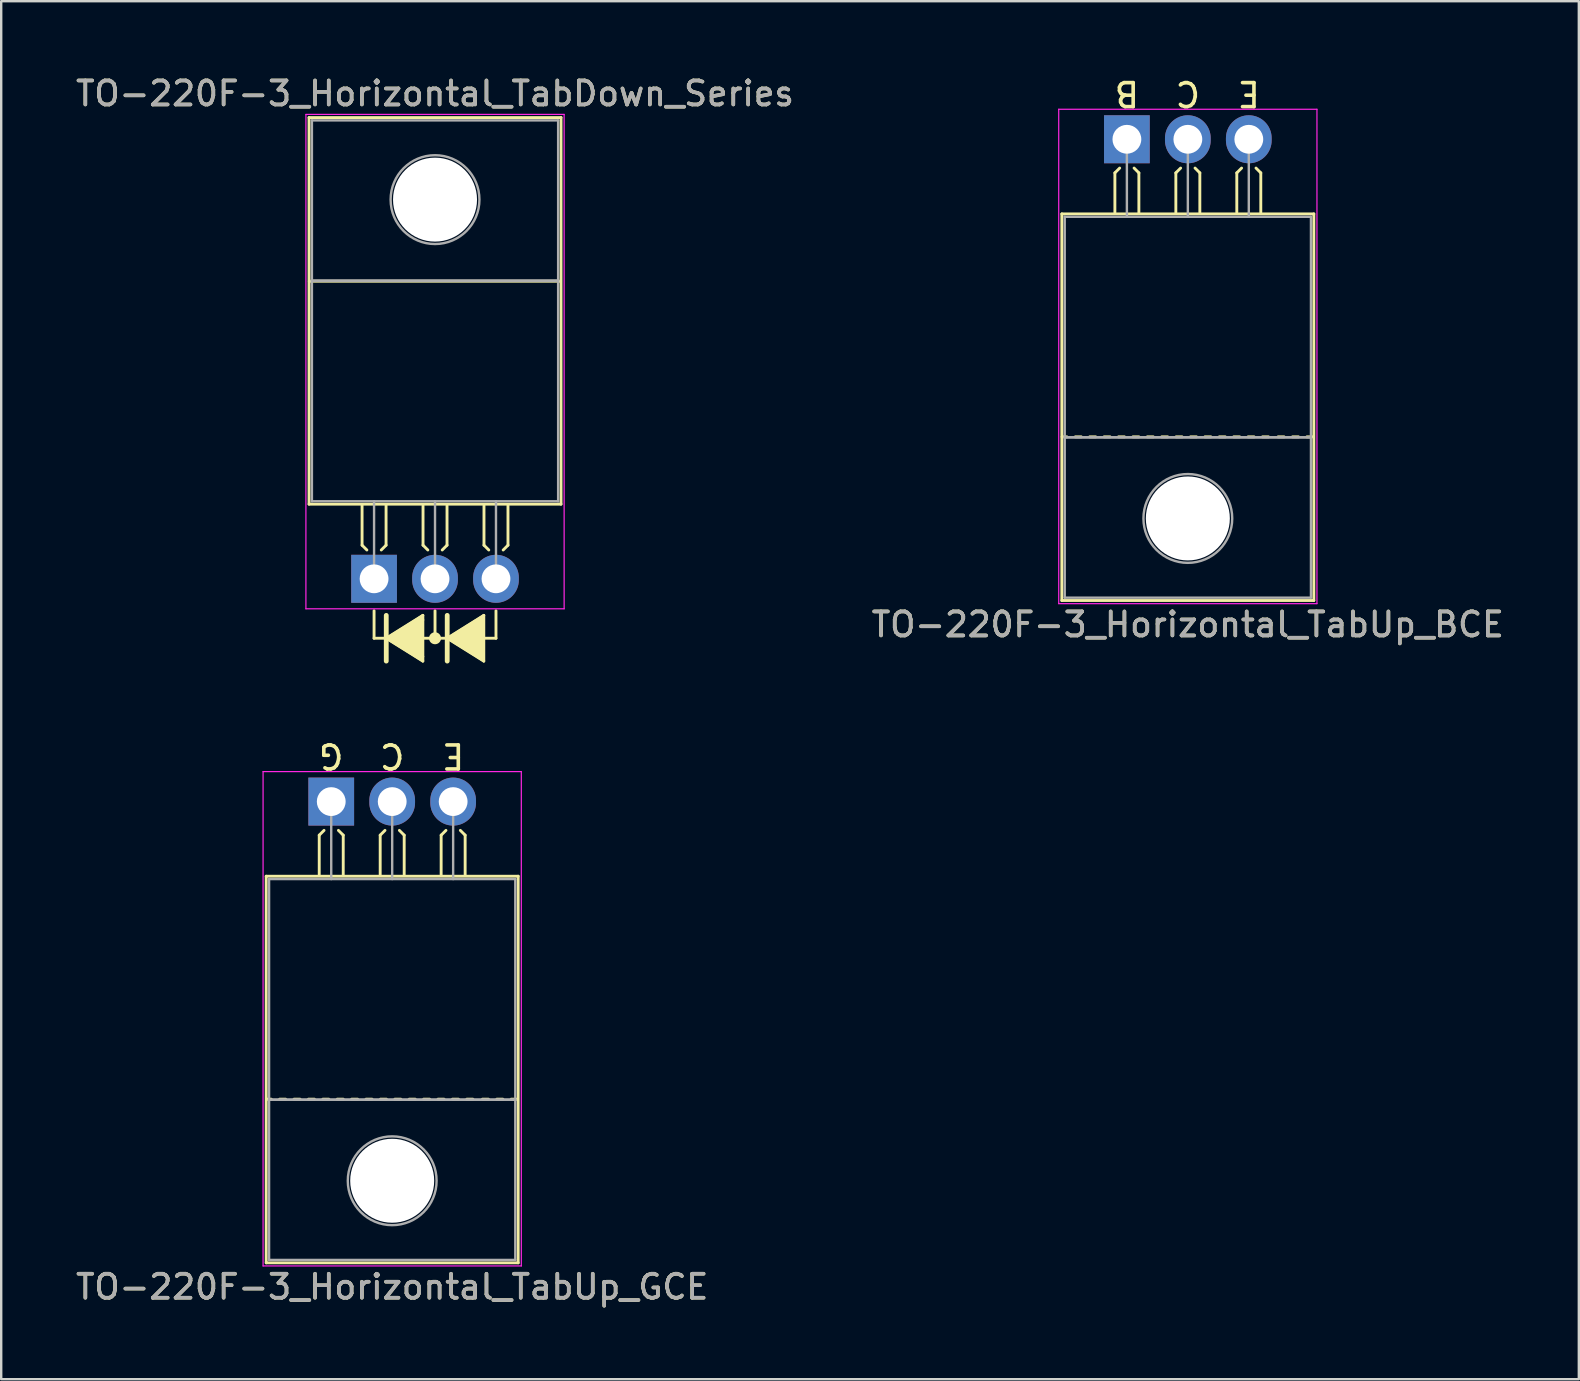
<source format=kicad_pcb>
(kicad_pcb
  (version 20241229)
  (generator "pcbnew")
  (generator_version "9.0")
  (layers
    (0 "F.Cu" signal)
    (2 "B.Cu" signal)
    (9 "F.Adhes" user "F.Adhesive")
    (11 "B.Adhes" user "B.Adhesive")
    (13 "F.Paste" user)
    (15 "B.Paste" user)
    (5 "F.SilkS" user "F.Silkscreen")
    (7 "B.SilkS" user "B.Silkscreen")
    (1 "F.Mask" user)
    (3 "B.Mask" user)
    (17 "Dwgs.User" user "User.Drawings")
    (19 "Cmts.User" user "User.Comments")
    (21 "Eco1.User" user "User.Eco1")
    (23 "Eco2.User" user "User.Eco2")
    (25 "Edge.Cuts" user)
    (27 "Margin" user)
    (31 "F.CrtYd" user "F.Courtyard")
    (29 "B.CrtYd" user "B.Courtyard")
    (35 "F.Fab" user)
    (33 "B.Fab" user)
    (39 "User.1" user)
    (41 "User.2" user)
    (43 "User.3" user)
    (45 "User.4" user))
  (footprint "TO-220F-3_Horizontal_TabUp_GCE"
    (layer "F.Cu")
    (at 10.752 30.351)
    (property "Reference" "TO-220F-3_Horizontal_TabUp_GCE" (at 2.54 20.22 0) (layer "F.SilkS") (effects (font (size 1 1) (thickness 0.15))))
    (fp_line (start -2.71 19.22) (end -2.71 3.11) (stroke (width 0.12) (type solid)) (layer "F.SilkS"))
    (fp_line (start -2.5 12.4) (end -2.7 12.4) (stroke (width 0.12) (type solid)) (layer "F.SilkS"))
    (fp_line (start -1.9 12.4) (end -2.15 12.4) (stroke (width 0.12) (type solid)) (layer "F.SilkS"))
    (fp_line (start -1.3 12.4) (end -1.55 12.4) (stroke (width 0.12) (type solid)) (layer "F.SilkS"))
    (fp_line (start -0.7 12.4) (end -0.95 12.4) (stroke (width 0.12) (type solid)) (layer "F.SilkS"))
    (fp_line (start -0.5 1.4) (end -0.3 1.2) (stroke (width 0.12) (type solid)) (layer "F.SilkS"))
    (fp_line (start -0.5 3.048) (end -0.5 1.4) (stroke (width 0.12) (type solid)) (layer "F.SilkS"))
    (fp_line (start -0.1 12.4) (end -0.35 12.4) (stroke (width 0.12) (type solid)) (layer "F.SilkS"))
    (fp_line (start 0.5 1.4) (end 0.3 1.2) (stroke (width 0.12) (type solid)) (layer "F.SilkS"))
    (fp_line (start 0.5 3.048) (end 0.5 1.4) (stroke (width 0.12) (type solid)) (layer "F.SilkS"))
    (fp_line (start 0.5 12.4) (end 0.25 12.4) (stroke (width 0.12) (type solid)) (layer "F.SilkS"))
    (fp_line (start 1.1 12.4) (end 0.85 12.4) (stroke (width 0.12) (type solid)) (layer "F.SilkS"))
    (fp_line (start 1.7 12.4) (end 1.45 12.4) (stroke (width 0.12) (type solid)) (layer "F.SilkS"))
    (fp_line (start 2.04 1.4) (end 2.24 1.2) (stroke (width 0.12) (type solid)) (layer "F.SilkS"))
    (fp_line (start 2.04 3.048) (end 2.04 1.4) (stroke (width 0.12) (type solid)) (layer "F.SilkS"))
    (fp_line (start 2.3 12.4) (end 2.05 12.4) (stroke (width 0.12) (type solid)) (layer "F.SilkS"))
    (fp_line (start 2.9 12.4) (end 2.65 12.4) (stroke (width 0.12) (type solid)) (layer "F.SilkS"))
    (fp_line (start 3.04 1.4) (end 2.84 1.2) (stroke (width 0.12) (type solid)) (layer "F.SilkS"))
    (fp_line (start 3.04 3.048) (end 3.04 1.4) (stroke (width 0.12) (type solid)) (layer "F.SilkS"))
    (fp_line (start 3.5 12.4) (end 3.25 12.4) (stroke (width 0.12) (type solid)) (layer "F.SilkS"))
    (fp_line (start 4.1 12.4) (end 3.85 12.4) (stroke (width 0.12) (type solid)) (layer "F.SilkS"))
    (fp_line (start 4.58 1.4) (end 4.78 1.2) (stroke (width 0.12) (type solid)) (layer "F.SilkS"))
    (fp_line (start 4.58 3.048) (end 4.58 1.4) (stroke (width 0.12) (type solid)) (layer "F.SilkS"))
    (fp_line (start 4.7 12.4) (end 4.45 12.4) (stroke (width 0.12) (type solid)) (layer "F.SilkS"))
    (fp_line (start 5.3 12.4) (end 5.05 12.4) (stroke (width 0.12) (type solid)) (layer "F.SilkS"))
    (fp_line (start 5.58 1.4) (end 5.38 1.2) (stroke (width 0.12) (type solid)) (layer "F.SilkS"))
    (fp_line (start 5.58 3.048) (end 5.58 1.4) (stroke (width 0.12) (type solid)) (layer "F.SilkS"))
    (fp_line (start 5.9 12.4) (end 5.65 12.4) (stroke (width 0.12) (type solid)) (layer "F.SilkS"))
    (fp_line (start 6.55 12.4) (end 6.3 12.4) (stroke (width 0.12) (type solid)) (layer "F.SilkS"))
    (fp_line (start 7.15 12.4) (end 6.9 12.4) (stroke (width 0.12) (type solid)) (layer "F.SilkS"))
    (fp_line (start 7.75 12.4) (end 7.5 12.4) (stroke (width 0.12) (type solid)) (layer "F.SilkS"))
    (fp_line (start 7.79 3.11) (end -2.71 3.11) (stroke (width 0.12) (type solid)) (layer "F.SilkS"))
    (fp_line (start 7.79 19.22) (end -2.71 19.22) (stroke (width 0.12) (type solid)) (layer "F.SilkS"))
    (fp_line (start 7.79 19.22) (end 7.79 3.11) (stroke (width 0.12) (type solid)) (layer "F.SilkS"))
    (fp_line (start -2.84 -1.25) (end -2.84 19.35) (stroke (width 0.05) (type solid)) (layer "F.CrtYd"))
    (fp_line (start -2.84 19.35) (end 7.92 19.35) (stroke (width 0.05) (type solid)) (layer "F.CrtYd"))
    (fp_line (start 7.92 -1.25) (end -2.84 -1.25) (stroke (width 0.05) (type solid)) (layer "F.CrtYd"))
    (fp_line (start 7.92 19.35) (end 7.92 -1.25) (stroke (width 0.05) (type solid)) (layer "F.CrtYd"))
    (fp_line (start -2.59 3.23) (end -2.59 12.42) (stroke (width 0.1) (type solid)) (layer "F.Fab"))
    (fp_line (start -2.59 12.42) (end -2.59 19.1) (stroke (width 0.1) (type solid)) (layer "F.Fab"))
    (fp_line (start -2.59 12.42) (end 7.67 12.42) (stroke (width 0.1) (type solid)) (layer "F.Fab"))
    (fp_line (start -2.59 19.1) (end 7.67 19.1) (stroke (width 0.1) (type solid)) (layer "F.Fab"))
    (fp_line (start 0 3.23) (end 0 0) (stroke (width 0.1) (type solid)) (layer "F.Fab"))
    (fp_line (start 2.54 3.23) (end 2.54 0) (stroke (width 0.1) (type solid)) (layer "F.Fab"))
    (fp_line (start 5.08 3.23) (end 5.08 0) (stroke (width 0.1) (type solid)) (layer "F.Fab"))
    (fp_line (start 7.67 3.23) (end -2.59 3.23) (stroke (width 0.1) (type solid)) (layer "F.Fab"))
    (fp_line (start 7.67 12.42) (end -2.59 12.42) (stroke (width 0.1) (type solid)) (layer "F.Fab"))
    (fp_line (start 7.67 12.42) (end 7.67 3.23) (stroke (width 0.1) (type solid)) (layer "F.Fab"))
    (fp_line (start 7.67 19.1) (end 7.67 12.42) (stroke (width 0.1) (type solid)) (layer "F.Fab"))
    (fp_circle (center 2.54 15.8) (end 4.39 15.8) (stroke (width 0.1) (type solid)) (fill no) (layer "F.Fab"))
    (fp_text user "G" (at 0 -1.905 180) (unlocked yes) (layer "F.SilkS") (effects (font (size 1 1) (thickness 0.15))))
    (fp_text user "C" (at 2.54 -1.905 180) (unlocked yes) (layer "F.SilkS") (effects (font (size 1 1) (thickness 0.15))))
    (fp_text user "E" (at 5.08 -1.905 180) (unlocked yes) (layer "F.SilkS") (effects (font (size 1 1) (thickness 0.15))))
    (fp_text user "${REFERENCE}" (at 2.54 20.22 0) (layer "F.Fab") (effects (font (size 1 1) (thickness 0.15))))
    (pad "" np_thru_hole oval (at 2.54 15.8) (size 3.5 3.5) (drill 3.5) (layers "*.Cu" "*.Mask"))
    (pad "1" thru_hole rect (at 0 0) (size 1.905 2) (drill 1.2) (layers "*.Cu" "*.Mask"))
    (pad "2" thru_hole oval (at 2.54 0) (size 1.905 2) (drill 1.2) (layers "*.Cu" "*.Mask"))
    (pad "3" thru_hole oval (at 5.08 0) (size 1.905 2) (drill 1.2) (layers "*.Cu" "*.Mask")))
  (footprint "TO-220F-3_Horizontal_TabUp_BCE"
    (layer "F.Cu")
    (at 43.906 2.753)
    (property "Reference" "TO-220F-3_Horizontal_TabUp_BCE" (at 2.54 20.22 0) (layer "F.SilkS") (effects (font (size 1 1) (thickness 0.15))))
    (fp_line (start -2.71 19.22) (end -2.71 3.11) (stroke (width 0.12) (type solid)) (layer "F.SilkS"))
    (fp_line (start -2.5 12.4) (end -2.7 12.4) (stroke (width 0.12) (type solid)) (layer "F.SilkS"))
    (fp_line (start -1.9 12.4) (end -2.15 12.4) (stroke (width 0.12) (type solid)) (layer "F.SilkS"))
    (fp_line (start -1.3 12.4) (end -1.55 12.4) (stroke (width 0.12) (type solid)) (layer "F.SilkS"))
    (fp_line (start -0.7 12.4) (end -0.95 12.4) (stroke (width 0.12) (type solid)) (layer "F.SilkS"))
    (fp_line (start -0.5 1.4) (end -0.3 1.2) (stroke (width 0.12) (type solid)) (layer "F.SilkS"))
    (fp_line (start -0.5 3.048) (end -0.5 1.4) (stroke (width 0.12) (type solid)) (layer "F.SilkS"))
    (fp_line (start -0.1 12.4) (end -0.35 12.4) (stroke (width 0.12) (type solid)) (layer "F.SilkS"))
    (fp_line (start 0.5 1.4) (end 0.3 1.2) (stroke (width 0.12) (type solid)) (layer "F.SilkS"))
    (fp_line (start 0.5 3.048) (end 0.5 1.4) (stroke (width 0.12) (type solid)) (layer "F.SilkS"))
    (fp_line (start 0.5 12.4) (end 0.25 12.4) (stroke (width 0.12) (type solid)) (layer "F.SilkS"))
    (fp_line (start 1.1 12.4) (end 0.85 12.4) (stroke (width 0.12) (type solid)) (layer "F.SilkS"))
    (fp_line (start 1.7 12.4) (end 1.45 12.4) (stroke (width 0.12) (type solid)) (layer "F.SilkS"))
    (fp_line (start 2.04 1.4) (end 2.24 1.2) (stroke (width 0.12) (type solid)) (layer "F.SilkS"))
    (fp_line (start 2.04 3.048) (end 2.04 1.4) (stroke (width 0.12) (type solid)) (layer "F.SilkS"))
    (fp_line (start 2.3 12.4) (end 2.05 12.4) (stroke (width 0.12) (type solid)) (layer "F.SilkS"))
    (fp_line (start 2.9 12.4) (end 2.65 12.4) (stroke (width 0.12) (type solid)) (layer "F.SilkS"))
    (fp_line (start 3.04 1.4) (end 2.84 1.2) (stroke (width 0.12) (type solid)) (layer "F.SilkS"))
    (fp_line (start 3.04 3.048) (end 3.04 1.4) (stroke (width 0.12) (type solid)) (layer "F.SilkS"))
    (fp_line (start 3.5 12.4) (end 3.25 12.4) (stroke (width 0.12) (type solid)) (layer "F.SilkS"))
    (fp_line (start 4.1 12.4) (end 3.85 12.4) (stroke (width 0.12) (type solid)) (layer "F.SilkS"))
    (fp_line (start 4.58 1.4) (end 4.78 1.2) (stroke (width 0.12) (type solid)) (layer "F.SilkS"))
    (fp_line (start 4.58 3.048) (end 4.58 1.4) (stroke (width 0.12) (type solid)) (layer "F.SilkS"))
    (fp_line (start 4.7 12.4) (end 4.45 12.4) (stroke (width 0.12) (type solid)) (layer "F.SilkS"))
    (fp_line (start 5.3 12.4) (end 5.05 12.4) (stroke (width 0.12) (type solid)) (layer "F.SilkS"))
    (fp_line (start 5.58 1.4) (end 5.38 1.2) (stroke (width 0.12) (type solid)) (layer "F.SilkS"))
    (fp_line (start 5.58 3.048) (end 5.58 1.4) (stroke (width 0.12) (type solid)) (layer "F.SilkS"))
    (fp_line (start 5.9 12.4) (end 5.65 12.4) (stroke (width 0.12) (type solid)) (layer "F.SilkS"))
    (fp_line (start 6.55 12.4) (end 6.3 12.4) (stroke (width 0.12) (type solid)) (layer "F.SilkS"))
    (fp_line (start 7.15 12.4) (end 6.9 12.4) (stroke (width 0.12) (type solid)) (layer "F.SilkS"))
    (fp_line (start 7.75 12.4) (end 7.5 12.4) (stroke (width 0.12) (type solid)) (layer "F.SilkS"))
    (fp_line (start 7.79 3.11) (end -2.71 3.11) (stroke (width 0.12) (type solid)) (layer "F.SilkS"))
    (fp_line (start 7.79 19.22) (end -2.71 19.22) (stroke (width 0.12) (type solid)) (layer "F.SilkS"))
    (fp_line (start 7.79 19.22) (end 7.79 3.11) (stroke (width 0.12) (type solid)) (layer "F.SilkS"))
    (fp_line (start -2.84 -1.25) (end -2.84 19.35) (stroke (width 0.05) (type solid)) (layer "F.CrtYd"))
    (fp_line (start -2.84 19.35) (end 7.92 19.35) (stroke (width 0.05) (type solid)) (layer "F.CrtYd"))
    (fp_line (start 7.92 -1.25) (end -2.84 -1.25) (stroke (width 0.05) (type solid)) (layer "F.CrtYd"))
    (fp_line (start 7.92 19.35) (end 7.92 -1.25) (stroke (width 0.05) (type solid)) (layer "F.CrtYd"))
    (fp_line (start -2.59 3.23) (end -2.59 12.42) (stroke (width 0.1) (type solid)) (layer "F.Fab"))
    (fp_line (start -2.59 12.42) (end -2.59 19.1) (stroke (width 0.1) (type solid)) (layer "F.Fab"))
    (fp_line (start -2.59 12.42) (end 7.67 12.42) (stroke (width 0.1) (type solid)) (layer "F.Fab"))
    (fp_line (start -2.59 19.1) (end 7.67 19.1) (stroke (width 0.1) (type solid)) (layer "F.Fab"))
    (fp_line (start 0 3.23) (end 0 0) (stroke (width 0.1) (type solid)) (layer "F.Fab"))
    (fp_line (start 2.54 3.23) (end 2.54 0) (stroke (width 0.1) (type solid)) (layer "F.Fab"))
    (fp_line (start 5.08 3.23) (end 5.08 0) (stroke (width 0.1) (type solid)) (layer "F.Fab"))
    (fp_line (start 7.67 3.23) (end -2.59 3.23) (stroke (width 0.1) (type solid)) (layer "F.Fab"))
    (fp_line (start 7.67 12.42) (end -2.59 12.42) (stroke (width 0.1) (type solid)) (layer "F.Fab"))
    (fp_line (start 7.67 12.42) (end 7.67 3.23) (stroke (width 0.1) (type solid)) (layer "F.Fab"))
    (fp_line (start 7.67 19.1) (end 7.67 12.42) (stroke (width 0.1) (type solid)) (layer "F.Fab"))
    (fp_circle (center 2.54 15.8) (end 4.39 15.8) (stroke (width 0.1) (type solid)) (fill no) (layer "F.Fab"))
    (fp_text user "B" (at 0 -1.905 180) (unlocked yes) (layer "F.SilkS") (effects (font (size 1 1) (thickness 0.15))))
    (fp_text user "E" (at 5.08 -1.905 180) (unlocked yes) (layer "F.SilkS") (effects (font (size 1 1) (thickness 0.15))))
    (fp_text user "C" (at 2.54 -1.905 180) (unlocked yes) (layer "F.SilkS") (effects (font (size 1 1) (thickness 0.15))))
    (fp_text user "${REFERENCE}" (at 2.54 20.22 0) (layer "F.Fab") (effects (font (size 1 1) (thickness 0.15))))
    (pad "" np_thru_hole oval (at 2.54 15.8) (size 3.5 3.5) (drill 3.5) (layers "*.Cu" "*.Mask"))
    (pad "1" thru_hole rect (at 0 0) (size 1.905 2) (drill 1.2) (layers "*.Cu" "*.Mask"))
    (pad "2" thru_hole oval (at 2.54 0) (size 1.905 2) (drill 1.2) (layers "*.Cu" "*.Mask"))
    (pad "3" thru_hole oval (at 5.08 0) (size 1.905 2) (drill 1.2) (layers "*.Cu" "*.Mask")))
  (footprint "TO-220F-3_Horizontal_TabDown_Series"
    (layer "F.Cu")
    (at 12.537 21.068)
    (property "Reference" "TO-220F-3_Horizontal_TabDown_Series" (at 2.54 -20.22 0) (layer "F.SilkS") (effects (font (size 1 1) (thickness 0.15))))
    (attr through_hole)
    (fp_line (start -2.71 -19.22) (end -2.71 -3.11) (stroke (width 0.12) (type solid)) (layer "F.SilkS"))
    (fp_line (start -2.71 -19.22) (end 7.79 -19.22) (stroke (width 0.12) (type solid)) (layer "F.SilkS"))
    (fp_line (start -2.71 -3.11) (end 7.79 -3.11) (stroke (width 0.12) (type solid)) (layer "F.SilkS"))
    (fp_line (start -2.7 -12.4) (end 7.75 -12.4) (stroke (width 0.12) (type solid)) (layer "F.SilkS"))
    (fp_line (start -0.5 -3.048) (end -0.5 -1.4) (stroke (width 0.12) (type solid)) (layer "F.SilkS"))
    (fp_line (start -0.5 -1.4) (end -0.3 -1.2) (stroke (width 0.12) (type solid)) (layer "F.SilkS"))
    (fp_line (start 0 1.333) (end 0 2.477) (stroke (width 0.12) (type solid)) (layer "F.SilkS"))
    (fp_line (start 0 2.477) (end 0.508 2.477) (stroke (width 0.12) (type solid)) (layer "F.SilkS"))
    (fp_line (start 0.5 -3.048) (end 0.5 -1.4) (stroke (width 0.12) (type solid)) (layer "F.SilkS"))
    (fp_line (start 0.5 -1.4) (end 0.3 -1.2) (stroke (width 0.12) (type solid)) (layer "F.SilkS"))
    (fp_line (start 0.508 1.524) (end 0.508 3.429) (stroke (width 0.2) (type solid)) (layer "F.SilkS"))
    (fp_line (start 0.508 2.477) (end 2.032 1.524) (stroke (width 0.12) (type solid)) (layer "F.SilkS"))
    (fp_line (start 0.508 2.477) (end 2.032 3.429) (stroke (width 0.12) (type solid)) (layer "F.SilkS"))
    (fp_line (start 2.032 1.714) (end 2.032 1.524) (stroke (width 0.12) (type solid)) (layer "F.SilkS"))
    (fp_line (start 2.032 3.239) (end 2.032 1.714) (stroke (width 0.12) (type solid)) (layer "F.SilkS"))
    (fp_line (start 2.032 3.239) (end 2.032 3.429) (stroke (width 0.12) (type solid)) (layer "F.SilkS"))
    (fp_line (start 2.04 -3.048) (end 2.04 -1.4) (stroke (width 0.12) (type solid)) (layer "F.SilkS"))
    (fp_line (start 2.04 -1.4) (end 2.24 -1.2) (stroke (width 0.12) (type solid)) (layer "F.SilkS"))
    (fp_line (start 2.54 1.333) (end 2.54 2.477) (stroke (width 0.12) (type solid)) (layer "F.SilkS"))
    (fp_line (start 2.54 2.477) (end 2.032 2.477) (stroke (width 0.12) (type solid)) (layer "F.SilkS"))
    (fp_line (start 2.54 2.477) (end 3.048 2.477) (stroke (width 0.12) (type solid)) (layer "F.SilkS"))
    (fp_line (start 3.04 -3.048) (end 3.04 -1.4) (stroke (width 0.12) (type solid)) (layer "F.SilkS"))
    (fp_line (start 3.04 -1.4) (end 2.84 -1.2) (stroke (width 0.12) (type solid)) (layer "F.SilkS"))
    (fp_line (start 3.048 1.524) (end 3.048 3.429) (stroke (width 0.2) (type solid)) (layer "F.SilkS"))
    (fp_line (start 3.048 2.477) (end 4.572 3.429) (stroke (width 0.12) (type solid)) (layer "F.SilkS"))
    (fp_line (start 4.572 1.524) (end 3.048 2.477) (stroke (width 0.12) (type solid)) (layer "F.SilkS"))
    (fp_line (start 4.572 3.429) (end 4.572 1.524) (stroke (width 0.12) (type solid)) (layer "F.SilkS"))
    (fp_line (start 4.58 -3.048) (end 4.58 -1.4) (stroke (width 0.12) (type solid)) (layer "F.SilkS"))
    (fp_line (start 4.58 -1.4) (end 4.78 -1.2) (stroke (width 0.12) (type solid)) (layer "F.SilkS"))
    (fp_line (start 5.08 1.333) (end 5.08 2.477) (stroke (width 0.12) (type solid)) (layer "F.SilkS"))
    (fp_line (start 5.08 2.477) (end 4.572 2.477) (stroke (width 0.12) (type solid)) (layer "F.SilkS"))
    (fp_line (start 5.58 -3.048) (end 5.58 -1.4) (stroke (width 0.12) (type solid)) (layer "F.SilkS"))
    (fp_line (start 5.58 -1.4) (end 5.38 -1.2) (stroke (width 0.12) (type solid)) (layer "F.SilkS"))
    (fp_line (start 7.79 -19.22) (end 7.79 -3.11) (stroke (width 0.12) (type solid)) (layer "F.SilkS"))
    (fp_circle (center 2.54 2.477) (end 2.54 2.54) (stroke (width 0.12) (type solid)) (fill no) (layer "F.SilkS"))
    (fp_circle (center 2.54 2.477) (end 2.54 2.603) (stroke (width 0.12) (type solid)) (fill no) (layer "F.SilkS"))
    (fp_circle (center 2.54 2.477) (end 2.54 2.667) (stroke (width 0.12) (type solid)) (fill no) (layer "F.SilkS"))
    (fp_poly (pts (xy 0.508 2.477) (xy 2.032 1.524) (xy 2.032 3.429)) (stroke (width 0.1) (type solid)) (fill yes) (layer "F.SilkS"))
    (fp_poly (pts (xy 4.572 3.429) (xy 3.048 2.477) (xy 4.572 1.524)) (stroke (width 0.1) (type solid)) (fill yes) (layer "F.SilkS"))
    (fp_line (start -2.84 -19.35) (end -2.84 1.25) (stroke (width 0.05) (type solid)) (layer "F.CrtYd"))
    (fp_line (start -2.84 1.25) (end 7.92 1.25) (stroke (width 0.05) (type solid)) (layer "F.CrtYd"))
    (fp_line (start 7.92 -19.35) (end -2.84 -19.35) (stroke (width 0.05) (type solid)) (layer "F.CrtYd"))
    (fp_line (start 7.92 1.25) (end 7.92 -19.35) (stroke (width 0.05) (type solid)) (layer "F.CrtYd"))
    (fp_line (start -2.59 -19.1) (end 7.67 -19.1) (stroke (width 0.1) (type solid)) (layer "F.Fab"))
    (fp_line (start -2.59 -12.42) (end -2.59 -19.1) (stroke (width 0.1) (type solid)) (layer "F.Fab"))
    (fp_line (start -2.59 -12.42) (end 7.67 -12.42) (stroke (width 0.1) (type solid)) (layer "F.Fab"))
    (fp_line (start -2.59 -3.23) (end -2.59 -12.42) (stroke (width 0.1) (type solid)) (layer "F.Fab"))
    (fp_line (start 0 -3.23) (end 0 0) (stroke (width 0.1) (type solid)) (layer "F.Fab"))
    (fp_line (start 2.54 -3.23) (end 2.54 0) (stroke (width 0.1) (type solid)) (layer "F.Fab"))
    (fp_line (start 5.08 -3.23) (end 5.08 0) (stroke (width 0.1) (type solid)) (layer "F.Fab"))
    (fp_line (start 7.67 -19.1) (end 7.67 -12.42) (stroke (width 0.1) (type solid)) (layer "F.Fab"))
    (fp_line (start 7.67 -12.42) (end -2.59 -12.42) (stroke (width 0.1) (type solid)) (layer "F.Fab"))
    (fp_line (start 7.67 -12.42) (end 7.67 -3.23) (stroke (width 0.1) (type solid)) (layer "F.Fab"))
    (fp_line (start 7.67 -3.23) (end -2.59 -3.23) (stroke (width 0.1) (type solid)) (layer "F.Fab"))
    (fp_circle (center 2.54 -15.8) (end 4.39 -15.8) (stroke (width 0.1) (type solid)) (fill no) (layer "F.Fab"))
    (fp_text user "${REFERENCE}" (at 2.54 -20.22 0) (layer "F.Fab") (effects (font (size 1 1) (thickness 0.15))))
    (pad "" np_thru_hole oval (at 2.54 -15.8) (size 3.5 3.5) (drill 3.5) (layers "*.Cu" "*.Mask"))
    (pad "1" thru_hole rect (at 0 0) (size 1.905 2) (drill 1.2) (layers "*.Cu" "*.Mask"))
    (pad "2" thru_hole oval (at 2.54 0) (size 1.905 2) (drill 1.2) (layers "*.Cu" "*.Mask"))
    (pad "3" thru_hole oval (at 5.08 0) (size 1.905 2) (drill 1.2) (layers "*.Cu" "*.Mask")))
  (gr_rect
    (start -3 -3)
    (end 62.738 54.419)
    (stroke (width 0.1) (type default))
    (fill no)
    (layer "Edge.Cuts")))
</source>
